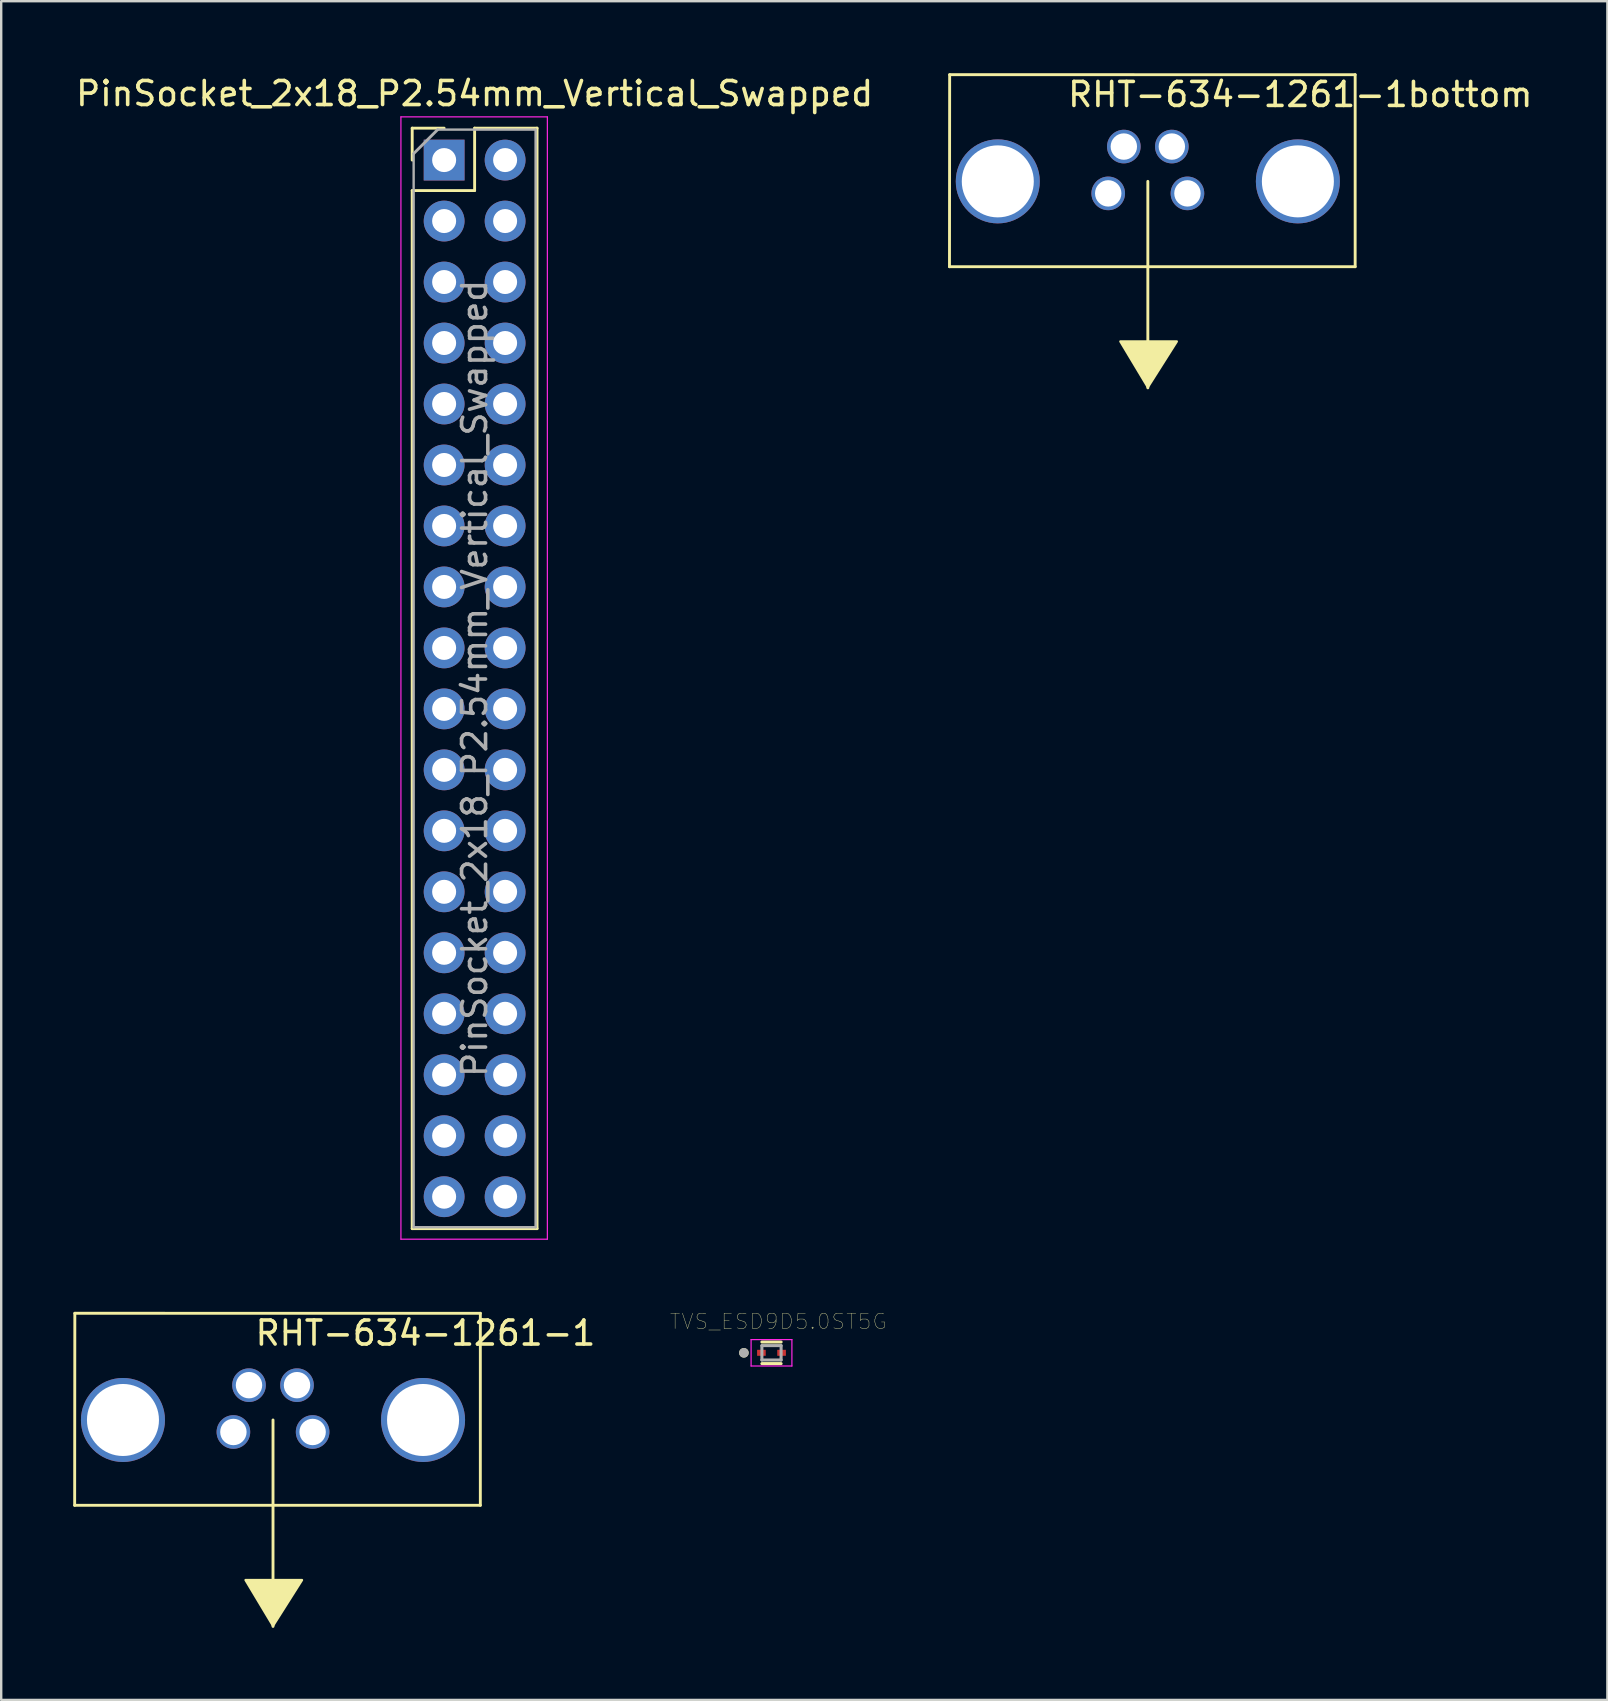
<source format=kicad_pcb>
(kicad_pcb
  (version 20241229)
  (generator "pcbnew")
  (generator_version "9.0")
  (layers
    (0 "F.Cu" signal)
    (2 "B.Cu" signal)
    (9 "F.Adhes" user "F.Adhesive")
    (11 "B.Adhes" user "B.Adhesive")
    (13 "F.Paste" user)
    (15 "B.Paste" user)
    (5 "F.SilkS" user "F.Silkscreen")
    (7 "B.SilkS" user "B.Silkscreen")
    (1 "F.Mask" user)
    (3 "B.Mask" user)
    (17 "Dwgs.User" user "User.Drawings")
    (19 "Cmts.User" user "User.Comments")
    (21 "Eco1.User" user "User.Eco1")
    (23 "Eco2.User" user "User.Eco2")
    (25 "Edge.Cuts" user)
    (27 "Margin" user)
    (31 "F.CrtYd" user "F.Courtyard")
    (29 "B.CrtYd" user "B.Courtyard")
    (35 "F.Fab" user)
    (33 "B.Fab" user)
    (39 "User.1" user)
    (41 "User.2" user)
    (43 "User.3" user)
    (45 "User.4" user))
  (footprint "RHT-634-1261-1"
    (layer "F.Cu")
    (at 8.322 56.098)
    (property "Reference" "RHT-634-1261-1" (at 6.35 -3.619 0) (layer "F.SilkS") (effects (font (size 1 1) (thickness 0.15))))
    (attr through_hole)
    (fp_line (start -8.262 3.555) (end -8.255 -4.445) (stroke (width 0.12) (type solid)) (layer "F.SilkS"))
    (fp_line (start 0 8.6) (end 0 0) (stroke (width 0.12) (type solid)) (layer "F.SilkS"))
    (fp_line (start 8.636 -4.444) (end -8.255 -4.445) (stroke (width 0.12) (type solid)) (layer "F.SilkS"))
    (fp_line (start 8.636 3.555) (end -8.262 3.555) (stroke (width 0.12) (type solid)) (layer "F.SilkS"))
    (fp_line (start 8.636 3.555) (end 8.636 -4.444) (stroke (width 0.12) (type solid)) (layer "F.SilkS"))
    (fp_poly (pts (xy 0 8.572) (xy -1.143 6.668) (xy 1.206 6.668)) (stroke (width 0.1) (type solid)) (fill yes) (layer "F.SilkS"))
    (pad "" np_thru_hole circle (at -6.25 0) (size 3.5 3.5) (drill 3) (layers "*.Cu" "*.Mask"))
    (pad "" np_thru_hole circle (at 6.25 0) (size 3.5 3.5) (drill 3) (layers "*.Cu" "*.Mask"))
    (pad "1" thru_hole circle (at 1.65 0.5) (size 1.4 1.4) (drill 1.1) (layers "*.Cu" "*.Mask"))
    (pad "2" thru_hole circle (at 1 -1.45) (size 1.4 1.4) (drill 1.1) (layers "*.Cu" "*.Mask"))
    (pad "3" thru_hole circle (at -1.65 0.5) (size 1.4 1.4) (drill 1.1) (layers "*.Cu" "*.Mask"))
    (pad "4" thru_hole circle (at -1 -1.45) (size 1.4 1.4) (drill 1.1) (layers "*.Cu" "*.Mask")))
  (footprint "PinSocket_2x18_P2.54mm_Vertical_Swapped"
    (layer "F.Cu")
    (at 17.99 3.618)
    (property "Reference" "PinSocket_2x18_P2.54mm_Vertical_Swapped" (at -1.27 -2.77 0) (layer "F.SilkS") (effects (font (size 1 1) (thickness 0.15))))
    (attr through_hole)
    (fp_line (start -3.87 -1.33) (end -3.87 0) (stroke (width 0.12) (type solid)) (layer "F.SilkS"))
    (fp_line (start -3.87 -1.33) (end -2.54 -1.33) (stroke (width 0.12) (type solid)) (layer "F.SilkS"))
    (fp_line (start -3.87 1.27) (end -3.87 44.51) (stroke (width 0.12) (type solid)) (layer "F.SilkS"))
    (fp_line (start -3.87 44.51) (end 1.33 44.51) (stroke (width 0.12) (type solid)) (layer "F.SilkS"))
    (fp_line (start -1.27 -1.33) (end -1.27 1.27) (stroke (width 0.12) (type solid)) (layer "F.SilkS"))
    (fp_line (start -1.27 -1.33) (end 1.33 -1.33) (stroke (width 0.12) (type solid)) (layer "F.SilkS"))
    (fp_line (start -1.27 1.27) (end -3.87 1.27) (stroke (width 0.12) (type solid)) (layer "F.SilkS"))
    (fp_line (start 1.33 -1.33) (end 1.33 44.51) (stroke (width 0.12) (type solid)) (layer "F.SilkS"))
    (fp_line (start -4.34 -1.8) (end 1.76 -1.8) (stroke (width 0.05) (type solid)) (layer "F.CrtYd"))
    (fp_line (start -4.34 44.95) (end -4.34 -1.8) (stroke (width 0.05) (type solid)) (layer "F.CrtYd"))
    (fp_line (start 1.76 -1.8) (end 1.76 44.95) (stroke (width 0.05) (type solid)) (layer "F.CrtYd"))
    (fp_line (start 1.76 44.95) (end -4.34 44.95) (stroke (width 0.05) (type solid)) (layer "F.CrtYd"))
    (fp_line (start -3.81 -0.27) (end -2.81 -1.27) (stroke (width 0.12) (type solid)) (layer "F.Fab"))
    (fp_line (start -3.81 44.45) (end -3.81 -0.27) (stroke (width 0.1) (type solid)) (layer "F.Fab"))
    (fp_line (start -2.81 -1.27) (end 1.27 -1.27) (stroke (width 0.1) (type solid)) (layer "F.Fab"))
    (fp_line (start 1.27 -1.27) (end 1.27 44.45) (stroke (width 0.1) (type solid)) (layer "F.Fab"))
    (fp_line (start 1.27 44.45) (end -3.81 44.45) (stroke (width 0.1) (type solid)) (layer "F.Fab"))
    (fp_text user "${REFERENCE}" (at -1.27 21.59 90) (layer "F.Fab") (effects (font (size 1 1) (thickness 0.15))))
    (pad "1" thru_hole rect (at -2.54 0) (size 1.7 1.7) (drill 1) (layers "*.Cu" "*.Mask"))
    (pad "2" thru_hole oval (at 0 0) (size 1.7 1.7) (drill 1) (layers "*.Cu" "*.Mask"))
    (pad "3" thru_hole oval (at -2.54 2.54) (size 1.7 1.7) (drill 1) (layers "*.Cu" "*.Mask"))
    (pad "4" thru_hole oval (at 0 2.54) (size 1.7 1.7) (drill 1) (layers "*.Cu" "*.Mask"))
    (pad "5" thru_hole oval (at -2.54 5.08) (size 1.7 1.7) (drill 1) (layers "*.Cu" "*.Mask"))
    (pad "6" thru_hole oval (at 0 5.08) (size 1.7 1.7) (drill 1) (layers "*.Cu" "*.Mask"))
    (pad "7" thru_hole oval (at -2.54 7.62) (size 1.7 1.7) (drill 1) (layers "*.Cu" "*.Mask"))
    (pad "8" thru_hole oval (at 0 7.62) (size 1.7 1.7) (drill 1) (layers "*.Cu" "*.Mask"))
    (pad "9" thru_hole oval (at -2.54 10.16) (size 1.7 1.7) (drill 1) (layers "*.Cu" "*.Mask"))
    (pad "10" thru_hole oval (at 0 10.16) (size 1.7 1.7) (drill 1) (layers "*.Cu" "*.Mask"))
    (pad "11" thru_hole oval (at -2.54 12.7) (size 1.7 1.7) (drill 1) (layers "*.Cu" "*.Mask"))
    (pad "12" thru_hole oval (at 0 12.7) (size 1.7 1.7) (drill 1) (layers "*.Cu" "*.Mask"))
    (pad "13" thru_hole oval (at -2.54 15.24) (size 1.7 1.7) (drill 1) (layers "*.Cu" "*.Mask"))
    (pad "14" thru_hole oval (at 0 15.24) (size 1.7 1.7) (drill 1) (layers "*.Cu" "*.Mask"))
    (pad "15" thru_hole oval (at -2.54 17.78) (size 1.7 1.7) (drill 1) (layers "*.Cu" "*.Mask"))
    (pad "16" thru_hole oval (at 0 17.78) (size 1.7 1.7) (drill 1) (layers "*.Cu" "*.Mask"))
    (pad "17" thru_hole oval (at -2.54 20.32) (size 1.7 1.7) (drill 1) (layers "*.Cu" "*.Mask"))
    (pad "18" thru_hole oval (at 0 20.32) (size 1.7 1.7) (drill 1) (layers "*.Cu" "*.Mask"))
    (pad "19" thru_hole oval (at -2.54 22.86) (size 1.7 1.7) (drill 1) (layers "*.Cu" "*.Mask"))
    (pad "20" thru_hole oval (at 0 22.86) (size 1.7 1.7) (drill 1) (layers "*.Cu" "*.Mask"))
    (pad "21" thru_hole oval (at -2.54 25.4) (size 1.7 1.7) (drill 1) (layers "*.Cu" "*.Mask"))
    (pad "22" thru_hole oval (at 0 25.4) (size 1.7 1.7) (drill 1) (layers "*.Cu" "*.Mask"))
    (pad "23" thru_hole oval (at -2.54 27.94) (size 1.7 1.7) (drill 1) (layers "*.Cu" "*.Mask"))
    (pad "24" thru_hole oval (at 0 27.94) (size 1.7 1.7) (drill 1) (layers "*.Cu" "*.Mask"))
    (pad "25" thru_hole oval (at -2.54 30.48) (size 1.7 1.7) (drill 1) (layers "*.Cu" "*.Mask"))
    (pad "26" thru_hole oval (at 0 30.48) (size 1.7 1.7) (drill 1) (layers "*.Cu" "*.Mask"))
    (pad "27" thru_hole oval (at -2.54 33.02) (size 1.7 1.7) (drill 1) (layers "*.Cu" "*.Mask"))
    (pad "28" thru_hole oval (at 0 33.02) (size 1.7 1.7) (drill 1) (layers "*.Cu" "*.Mask"))
    (pad "29" thru_hole oval (at -2.54 35.56) (size 1.7 1.7) (drill 1) (layers "*.Cu" "*.Mask"))
    (pad "30" thru_hole oval (at 0 35.56) (size 1.7 1.7) (drill 1) (layers "*.Cu" "*.Mask"))
    (pad "31" thru_hole oval (at -2.54 38.1) (size 1.7 1.7) (drill 1) (layers "*.Cu" "*.Mask"))
    (pad "32" thru_hole oval (at 0 38.1) (size 1.7 1.7) (drill 1) (layers "*.Cu" "*.Mask"))
    (pad "33" thru_hole oval (at -2.54 40.64) (size 1.7 1.7) (drill 1) (layers "*.Cu" "*.Mask"))
    (pad "34" thru_hole oval (at 0 40.64) (size 1.7 1.7) (drill 1) (layers "*.Cu" "*.Mask"))
    (pad "35" thru_hole oval (at -2.54 43.18) (size 1.7 1.7) (drill 1) (layers "*.Cu" "*.Mask"))
    (pad "36" thru_hole oval (at 0 43.18) (size 1.7 1.7) (drill 1) (layers "*.Cu" "*.Mask")))
  (footprint "RHT-634-1261-1bottom"
    (layer "F.Cu")
    (at 44.762 4.505)
    (property "Reference" "RHT-634-1261-1bottom" (at 6.35 -3.619 0) (layer "F.SilkS") (effects (font (size 1 1) (thickness 0.15))))
    (attr through_hole)
    (fp_line (start -8.262 3.555) (end -8.255 -4.445) (stroke (width 0.12) (type solid)) (layer "F.SilkS"))
    (fp_line (start 0 8.6) (end 0 0) (stroke (width 0.12) (type solid)) (layer "F.SilkS"))
    (fp_line (start 8.636 -4.444) (end -8.255 -4.445) (stroke (width 0.12) (type solid)) (layer "F.SilkS"))
    (fp_line (start 8.636 3.555) (end -8.262 3.555) (stroke (width 0.12) (type solid)) (layer "F.SilkS"))
    (fp_line (start 8.636 3.555) (end 8.636 -4.444) (stroke (width 0.12) (type solid)) (layer "F.SilkS"))
    (fp_poly (pts (xy 0 8.572) (xy -1.143 6.668) (xy 1.206 6.668)) (stroke (width 0.1) (type solid)) (fill yes) (layer "F.SilkS"))
    (pad "" np_thru_hole circle (at -6.25 0) (size 3.5 3.5) (drill 3) (layers "*.Cu" "*.Mask"))
    (pad "" np_thru_hole circle (at 6.25 0) (size 3.5 3.5) (drill 3) (layers "*.Cu" "*.Mask"))
    (pad "1" thru_hole circle (at -1.65 0.5) (size 1.4 1.4) (drill 1.1) (layers "*.Cu" "*.Mask"))
    (pad "2" thru_hole circle (at -1 -1.45) (size 1.4 1.4) (drill 1.1) (layers "*.Cu" "*.Mask"))
    (pad "3" thru_hole circle (at 1.65 0.5) (size 1.4 1.4) (drill 1.1) (layers "*.Cu" "*.Mask"))
    (pad "4" thru_hole circle (at 1 -1.45) (size 1.4 1.4) (drill 1.1) (layers "*.Cu" "*.Mask")))
  (footprint "TVS_ESD9D5.0ST5G"
    (layer "F.Cu")
    (at 29.086 53.3)
    (property "Reference" "TVS_ESD9D5.0ST5G" (at 0.282 -1.306 0) (layer "F.SilkS") (effects (font (size 0.64 0.64) (thickness 0.015))))
    (attr through_hole)
    (fp_line (start -0.4 -0.45) (end 0.4 -0.45) (stroke (width 0.127) (type solid)) (layer "F.SilkS"))
    (fp_line (start 0.4 0.45) (end -0.4 0.45) (stroke (width 0.127) (type solid)) (layer "F.SilkS"))
    (fp_circle (center -1.15 0) (end -1.05 0) (stroke (width 0.2) (type solid)) (fill no) (layer "F.SilkS"))
    (fp_line (start -0.85 -0.55) (end 0.85 -0.55) (stroke (width 0.05) (type solid)) (layer "F.CrtYd"))
    (fp_line (start -0.85 0.55) (end -0.85 -0.55) (stroke (width 0.05) (type solid)) (layer "F.CrtYd"))
    (fp_line (start 0.85 -0.55) (end 0.85 0.55) (stroke (width 0.05) (type solid)) (layer "F.CrtYd"))
    (fp_line (start 0.85 0.55) (end -0.85 0.55) (stroke (width 0.05) (type solid)) (layer "F.CrtYd"))
    (fp_line (start -0.4 -0.3) (end 0.4 -0.3) (stroke (width 0.127) (type solid)) (layer "F.Fab"))
    (fp_line (start -0.4 0.3) (end -0.4 -0.3) (stroke (width 0.127) (type solid)) (layer "F.Fab"))
    (fp_line (start 0.4 -0.3) (end 0.4 0.3) (stroke (width 0.127) (type solid)) (layer "F.Fab"))
    (fp_line (start 0.4 0.3) (end -0.4 0.3) (stroke (width 0.127) (type solid)) (layer "F.Fab"))
    (fp_circle (center -1.15 0) (end -1.05 0) (stroke (width 0.2) (type solid)) (fill no) (layer "F.Fab"))
    (pad "1" smd rect (at -0.42 0) (size 0.36 0.25) (layers "F.Cu" "F.Mask" "F.Paste"))
    (pad "2" smd rect (at 0.42 0) (size 0.36 0.25) (layers "F.Cu" "F.Mask" "F.Paste")))
  (gr_rect
    (start -3 -3)
    (end 63.904 67.758)
    (stroke (width 0.1) (type default))
    (fill no)
    (layer "Edge.Cuts")))
</source>
